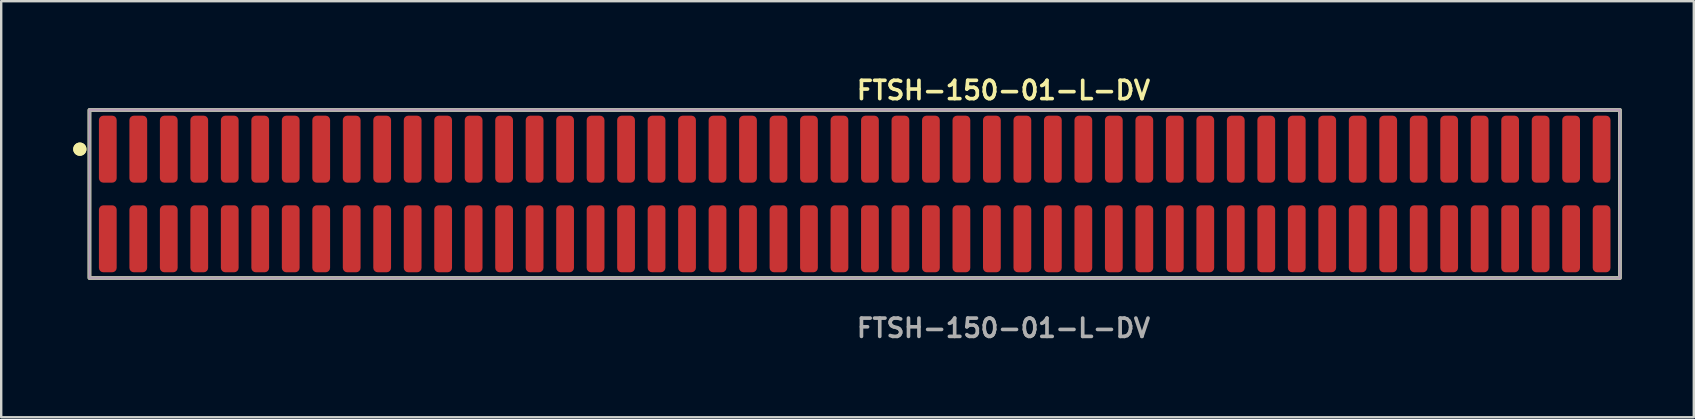
<source format=kicad_pcb>
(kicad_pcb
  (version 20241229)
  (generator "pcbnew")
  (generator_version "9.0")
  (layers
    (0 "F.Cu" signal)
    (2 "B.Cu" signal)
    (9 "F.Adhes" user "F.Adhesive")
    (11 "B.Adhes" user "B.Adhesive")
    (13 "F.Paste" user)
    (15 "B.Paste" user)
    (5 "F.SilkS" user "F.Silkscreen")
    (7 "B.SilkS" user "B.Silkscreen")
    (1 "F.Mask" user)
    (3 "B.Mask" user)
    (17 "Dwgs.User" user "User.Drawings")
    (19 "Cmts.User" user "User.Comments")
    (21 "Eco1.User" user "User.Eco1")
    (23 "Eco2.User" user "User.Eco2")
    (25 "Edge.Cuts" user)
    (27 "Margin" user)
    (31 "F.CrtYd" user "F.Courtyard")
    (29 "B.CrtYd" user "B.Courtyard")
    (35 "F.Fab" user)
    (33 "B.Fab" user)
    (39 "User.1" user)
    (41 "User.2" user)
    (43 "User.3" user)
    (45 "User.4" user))
  (footprint "FTSH-150-01-L-DV"
    (layer "F.Cu")
    (at 32.556 5.031)
    (property "Reference" "FTSH-150-01-L-DV" (at 0 -4.318 0) (unlocked yes) (layer "F.SilkS") (effects (font (size 0.762 0.762) (thickness 0.152)) (justify left)))
    (fp_rect (start -31.88 3.5) (end 31.88 -3.5) (stroke (width 0.152) (type solid)) (fill no) (layer "F.SilkS"))
    (fp_circle (center -32.28 -1.867) (end -32.48 -1.867) (stroke (width 0.152) (type solid)) (fill yes) (layer "F.SilkS"))
    (fp_circle (center -32.28 -1.867) (end -32.48 -1.867) (stroke (width 0.152) (type solid)) (fill yes) (layer "F.SilkS"))
    (fp_rect (start -31.88 3.5) (end 31.88 -3.5) (stroke (width 0.006) (type solid)) (fill no) (layer "F.CrtYd"))
    (fp_rect (start -31.88 3.5) (end 31.88 -3.5) (stroke (width 0.152) (type solid)) (fill no) (layer "F.Fab"))
    (fp_text user "${REFERENCE}" (at 0 5.588 0) (unlocked yes) (layer "F.Fab") (effects (font (size 0.762 0.762) (thickness 0.152)) (justify left)))
    (pad "1" smd roundrect (at -31.115 -1.867) (size 0.74 2.79) (layers "F.Cu" "F.Paste") (roundrect_rratio 0.25))
    (pad "2" smd roundrect (at -31.115 1.867) (size 0.74 2.79) (layers "F.Cu" "F.Paste") (roundrect_rratio 0.25))
    (pad "3" smd roundrect (at -29.845 -1.867) (size 0.74 2.79) (layers "F.Cu" "F.Paste") (roundrect_rratio 0.25))
    (pad "4" smd roundrect (at -29.845 1.867) (size 0.74 2.79) (layers "F.Cu" "F.Paste") (roundrect_rratio 0.25))
    (pad "5" smd roundrect (at -28.575 -1.867) (size 0.74 2.79) (layers "F.Cu" "F.Paste") (roundrect_rratio 0.25))
    (pad "6" smd roundrect (at -28.575 1.867) (size 0.74 2.79) (layers "F.Cu" "F.Paste") (roundrect_rratio 0.25))
    (pad "7" smd roundrect (at -27.305 -1.867) (size 0.74 2.79) (layers "F.Cu" "F.Paste") (roundrect_rratio 0.25))
    (pad "8" smd roundrect (at -27.305 1.867) (size 0.74 2.79) (layers "F.Cu" "F.Paste") (roundrect_rratio 0.25))
    (pad "9" smd roundrect (at -26.035 -1.867) (size 0.74 2.79) (layers "F.Cu" "F.Paste") (roundrect_rratio 0.25))
    (pad "10" smd roundrect (at -26.035 1.867) (size 0.74 2.79) (layers "F.Cu" "F.Paste") (roundrect_rratio 0.25))
    (pad "11" smd roundrect (at -24.765 -1.867) (size 0.74 2.79) (layers "F.Cu" "F.Paste") (roundrect_rratio 0.25))
    (pad "12" smd roundrect (at -24.765 1.867) (size 0.74 2.79) (layers "F.Cu" "F.Paste") (roundrect_rratio 0.25))
    (pad "13" smd roundrect (at -23.495 -1.867) (size 0.74 2.79) (layers "F.Cu" "F.Paste") (roundrect_rratio 0.25))
    (pad "14" smd roundrect (at -23.495 1.867) (size 0.74 2.79) (layers "F.Cu" "F.Paste") (roundrect_rratio 0.25))
    (pad "15" smd roundrect (at -22.225 -1.867) (size 0.74 2.79) (layers "F.Cu" "F.Paste") (roundrect_rratio 0.25))
    (pad "16" smd roundrect (at -22.225 1.867) (size 0.74 2.79) (layers "F.Cu" "F.Paste") (roundrect_rratio 0.25))
    (pad "17" smd roundrect (at -20.955 -1.867) (size 0.74 2.79) (layers "F.Cu" "F.Paste") (roundrect_rratio 0.25))
    (pad "18" smd roundrect (at -20.955 1.867) (size 0.74 2.79) (layers "F.Cu" "F.Paste") (roundrect_rratio 0.25))
    (pad "19" smd roundrect (at -19.685 -1.867) (size 0.74 2.79) (layers "F.Cu" "F.Paste") (roundrect_rratio 0.25))
    (pad "20" smd roundrect (at -19.685 1.867) (size 0.74 2.79) (layers "F.Cu" "F.Paste") (roundrect_rratio 0.25))
    (pad "21" smd roundrect (at -18.415 -1.867) (size 0.74 2.79) (layers "F.Cu" "F.Paste") (roundrect_rratio 0.25))
    (pad "22" smd roundrect (at -18.415 1.867) (size 0.74 2.79) (layers "F.Cu" "F.Paste") (roundrect_rratio 0.25))
    (pad "23" smd roundrect (at -17.145 -1.867) (size 0.74 2.79) (layers "F.Cu" "F.Paste") (roundrect_rratio 0.25))
    (pad "24" smd roundrect (at -17.145 1.867) (size 0.74 2.79) (layers "F.Cu" "F.Paste") (roundrect_rratio 0.25))
    (pad "25" smd roundrect (at -15.875 -1.867) (size 0.74 2.79) (layers "F.Cu" "F.Paste") (roundrect_rratio 0.25))
    (pad "26" smd roundrect (at -15.875 1.867) (size 0.74 2.79) (layers "F.Cu" "F.Paste") (roundrect_rratio 0.25))
    (pad "27" smd roundrect (at -14.605 -1.867) (size 0.74 2.79) (layers "F.Cu" "F.Paste") (roundrect_rratio 0.25))
    (pad "28" smd roundrect (at -14.605 1.867) (size 0.74 2.79) (layers "F.Cu" "F.Paste") (roundrect_rratio 0.25))
    (pad "29" smd roundrect (at -13.335 -1.867) (size 0.74 2.79) (layers "F.Cu" "F.Paste") (roundrect_rratio 0.25))
    (pad "30" smd roundrect (at -13.335 1.867) (size 0.74 2.79) (layers "F.Cu" "F.Paste") (roundrect_rratio 0.25))
    (pad "31" smd roundrect (at -12.065 -1.867) (size 0.74 2.79) (layers "F.Cu" "F.Paste") (roundrect_rratio 0.25))
    (pad "32" smd roundrect (at -12.065 1.867) (size 0.74 2.79) (layers "F.Cu" "F.Paste") (roundrect_rratio 0.25))
    (pad "33" smd roundrect (at -10.795 -1.867) (size 0.74 2.79) (layers "F.Cu" "F.Paste") (roundrect_rratio 0.25))
    (pad "34" smd roundrect (at -10.795 1.867) (size 0.74 2.79) (layers "F.Cu" "F.Paste") (roundrect_rratio 0.25))
    (pad "35" smd roundrect (at -9.525 -1.867) (size 0.74 2.79) (layers "F.Cu" "F.Paste") (roundrect_rratio 0.25))
    (pad "36" smd roundrect (at -9.525 1.867) (size 0.74 2.79) (layers "F.Cu" "F.Paste") (roundrect_rratio 0.25))
    (pad "37" smd roundrect (at -8.255 -1.867) (size 0.74 2.79) (layers "F.Cu" "F.Paste") (roundrect_rratio 0.25))
    (pad "38" smd roundrect (at -8.255 1.867) (size 0.74 2.79) (layers "F.Cu" "F.Paste") (roundrect_rratio 0.25))
    (pad "39" smd roundrect (at -6.985 -1.867) (size 0.74 2.79) (layers "F.Cu" "F.Paste") (roundrect_rratio 0.25))
    (pad "40" smd roundrect (at -6.985 1.867) (size 0.74 2.79) (layers "F.Cu" "F.Paste") (roundrect_rratio 0.25))
    (pad "41" smd roundrect (at -5.715 -1.867) (size 0.74 2.79) (layers "F.Cu" "F.Paste") (roundrect_rratio 0.25))
    (pad "42" smd roundrect (at -5.715 1.867) (size 0.74 2.79) (layers "F.Cu" "F.Paste") (roundrect_rratio 0.25))
    (pad "43" smd roundrect (at -4.445 -1.867) (size 0.74 2.79) (layers "F.Cu" "F.Paste") (roundrect_rratio 0.25))
    (pad "44" smd roundrect (at -4.445 1.867) (size 0.74 2.79) (layers "F.Cu" "F.Paste") (roundrect_rratio 0.25))
    (pad "45" smd roundrect (at -3.175 -1.867) (size 0.74 2.79) (layers "F.Cu" "F.Paste") (roundrect_rratio 0.25))
    (pad "46" smd roundrect (at -3.175 1.867) (size 0.74 2.79) (layers "F.Cu" "F.Paste") (roundrect_rratio 0.25))
    (pad "47" smd roundrect (at -1.905 -1.867) (size 0.74 2.79) (layers "F.Cu" "F.Paste") (roundrect_rratio 0.25))
    (pad "48" smd roundrect (at -1.905 1.867) (size 0.74 2.79) (layers "F.Cu" "F.Paste") (roundrect_rratio 0.25))
    (pad "49" smd roundrect (at -0.635 -1.867) (size 0.74 2.79) (layers "F.Cu" "F.Paste") (roundrect_rratio 0.25))
    (pad "50" smd roundrect (at -0.635 1.867) (size 0.74 2.79) (layers "F.Cu" "F.Paste") (roundrect_rratio 0.25))
    (pad "51" smd roundrect (at 0.635 -1.867) (size 0.74 2.79) (layers "F.Cu" "F.Paste") (roundrect_rratio 0.25))
    (pad "52" smd roundrect (at 0.635 1.867) (size 0.74 2.79) (layers "F.Cu" "F.Paste") (roundrect_rratio 0.25))
    (pad "53" smd roundrect (at 1.905 -1.867) (size 0.74 2.79) (layers "F.Cu" "F.Paste") (roundrect_rratio 0.25))
    (pad "54" smd roundrect (at 1.905 1.867) (size 0.74 2.79) (layers "F.Cu" "F.Paste") (roundrect_rratio 0.25))
    (pad "55" smd roundrect (at 3.175 -1.867) (size 0.74 2.79) (layers "F.Cu" "F.Paste") (roundrect_rratio 0.25))
    (pad "56" smd roundrect (at 3.175 1.867) (size 0.74 2.79) (layers "F.Cu" "F.Paste") (roundrect_rratio 0.25))
    (pad "57" smd roundrect (at 4.445 -1.867) (size 0.74 2.79) (layers "F.Cu" "F.Paste") (roundrect_rratio 0.25))
    (pad "58" smd roundrect (at 4.445 1.867) (size 0.74 2.79) (layers "F.Cu" "F.Paste") (roundrect_rratio 0.25))
    (pad "59" smd roundrect (at 5.715 -1.867) (size 0.74 2.79) (layers "F.Cu" "F.Paste") (roundrect_rratio 0.25))
    (pad "60" smd roundrect (at 5.715 1.867) (size 0.74 2.79) (layers "F.Cu" "F.Paste") (roundrect_rratio 0.25))
    (pad "61" smd roundrect (at 6.985 -1.867) (size 0.74 2.79) (layers "F.Cu" "F.Paste") (roundrect_rratio 0.25))
    (pad "62" smd roundrect (at 6.985 1.867) (size 0.74 2.79) (layers "F.Cu" "F.Paste") (roundrect_rratio 0.25))
    (pad "63" smd roundrect (at 8.255 -1.867) (size 0.74 2.79) (layers "F.Cu" "F.Paste") (roundrect_rratio 0.25))
    (pad "64" smd roundrect (at 8.255 1.867) (size 0.74 2.79) (layers "F.Cu" "F.Paste") (roundrect_rratio 0.25))
    (pad "65" smd roundrect (at 9.525 -1.867) (size 0.74 2.79) (layers "F.Cu" "F.Paste") (roundrect_rratio 0.25))
    (pad "66" smd roundrect (at 9.525 1.867) (size 0.74 2.79) (layers "F.Cu" "F.Paste") (roundrect_rratio 0.25))
    (pad "67" smd roundrect (at 10.795 -1.867) (size 0.74 2.79) (layers "F.Cu" "F.Paste") (roundrect_rratio 0.25))
    (pad "68" smd roundrect (at 10.795 1.867) (size 0.74 2.79) (layers "F.Cu" "F.Paste") (roundrect_rratio 0.25))
    (pad "69" smd roundrect (at 12.065 -1.867) (size 0.74 2.79) (layers "F.Cu" "F.Paste") (roundrect_rratio 0.25))
    (pad "70" smd roundrect (at 12.065 1.867) (size 0.74 2.79) (layers "F.Cu" "F.Paste") (roundrect_rratio 0.25))
    (pad "71" smd roundrect (at 13.335 -1.867) (size 0.74 2.79) (layers "F.Cu" "F.Paste") (roundrect_rratio 0.25))
    (pad "72" smd roundrect (at 13.335 1.867) (size 0.74 2.79) (layers "F.Cu" "F.Paste") (roundrect_rratio 0.25))
    (pad "73" smd roundrect (at 14.605 -1.867) (size 0.74 2.79) (layers "F.Cu" "F.Paste") (roundrect_rratio 0.25))
    (pad "74" smd roundrect (at 14.605 1.867) (size 0.74 2.79) (layers "F.Cu" "F.Paste") (roundrect_rratio 0.25))
    (pad "75" smd roundrect (at 15.875 -1.867) (size 0.74 2.79) (layers "F.Cu" "F.Paste") (roundrect_rratio 0.25))
    (pad "76" smd roundrect (at 15.875 1.867) (size 0.74 2.79) (layers "F.Cu" "F.Paste") (roundrect_rratio 0.25))
    (pad "77" smd roundrect (at 17.145 -1.867) (size 0.74 2.79) (layers "F.Cu" "F.Paste") (roundrect_rratio 0.25))
    (pad "78" smd roundrect (at 17.145 1.867) (size 0.74 2.79) (layers "F.Cu" "F.Paste") (roundrect_rratio 0.25))
    (pad "79" smd roundrect (at 18.415 -1.867) (size 0.74 2.79) (layers "F.Cu" "F.Paste") (roundrect_rratio 0.25))
    (pad "80" smd roundrect (at 18.415 1.867) (size 0.74 2.79) (layers "F.Cu" "F.Paste") (roundrect_rratio 0.25))
    (pad "81" smd roundrect (at 19.685 -1.867) (size 0.74 2.79) (layers "F.Cu" "F.Paste") (roundrect_rratio 0.25))
    (pad "82" smd roundrect (at 19.685 1.867) (size 0.74 2.79) (layers "F.Cu" "F.Paste") (roundrect_rratio 0.25))
    (pad "83" smd roundrect (at 20.955 -1.867) (size 0.74 2.79) (layers "F.Cu" "F.Paste") (roundrect_rratio 0.25))
    (pad "84" smd roundrect (at 20.955 1.867) (size 0.74 2.79) (layers "F.Cu" "F.Paste") (roundrect_rratio 0.25))
    (pad "85" smd roundrect (at 22.225 -1.867) (size 0.74 2.79) (layers "F.Cu" "F.Paste") (roundrect_rratio 0.25))
    (pad "86" smd roundrect (at 22.225 1.867) (size 0.74 2.79) (layers "F.Cu" "F.Paste") (roundrect_rratio 0.25))
    (pad "87" smd roundrect (at 23.495 -1.867) (size 0.74 2.79) (layers "F.Cu" "F.Paste") (roundrect_rratio 0.25))
    (pad "88" smd roundrect (at 23.495 1.867) (size 0.74 2.79) (layers "F.Cu" "F.Paste") (roundrect_rratio 0.25))
    (pad "89" smd roundrect (at 24.765 -1.867) (size 0.74 2.79) (layers "F.Cu" "F.Paste") (roundrect_rratio 0.25))
    (pad "90" smd roundrect (at 24.765 1.867) (size 0.74 2.79) (layers "F.Cu" "F.Paste") (roundrect_rratio 0.25))
    (pad "91" smd roundrect (at 26.035 -1.867) (size 0.74 2.79) (layers "F.Cu" "F.Paste") (roundrect_rratio 0.25))
    (pad "92" smd roundrect (at 26.035 1.867) (size 0.74 2.79) (layers "F.Cu" "F.Paste") (roundrect_rratio 0.25))
    (pad "93" smd roundrect (at 27.305 -1.867) (size 0.74 2.79) (layers "F.Cu" "F.Paste") (roundrect_rratio 0.25))
    (pad "94" smd roundrect (at 27.305 1.867) (size 0.74 2.79) (layers "F.Cu" "F.Paste") (roundrect_rratio 0.25))
    (pad "95" smd roundrect (at 28.575 -1.867) (size 0.74 2.79) (layers "F.Cu" "F.Paste") (roundrect_rratio 0.25))
    (pad "96" smd roundrect (at 28.575 1.867) (size 0.74 2.79) (layers "F.Cu" "F.Paste") (roundrect_rratio 0.25))
    (pad "97" smd roundrect (at 29.845 -1.867) (size 0.74 2.79) (layers "F.Cu" "F.Paste") (roundrect_rratio 0.25))
    (pad "98" smd roundrect (at 29.845 1.867) (size 0.74 2.79) (layers "F.Cu" "F.Paste") (roundrect_rratio 0.25))
    (pad "99" smd roundrect (at 31.115 -1.867) (size 0.74 2.79) (layers "F.Cu" "F.Paste") (roundrect_rratio 0.25))
    (pad "100" smd roundrect (at 31.115 1.867) (size 0.74 2.79) (layers "F.Cu" "F.Paste") (roundrect_rratio 0.25)))
  (gr_rect
    (start -3 -3)
    (end 67.512 14.332)
    (stroke (width 0.1) (type default))
    (fill no)
    (layer "Edge.Cuts")))
</source>
